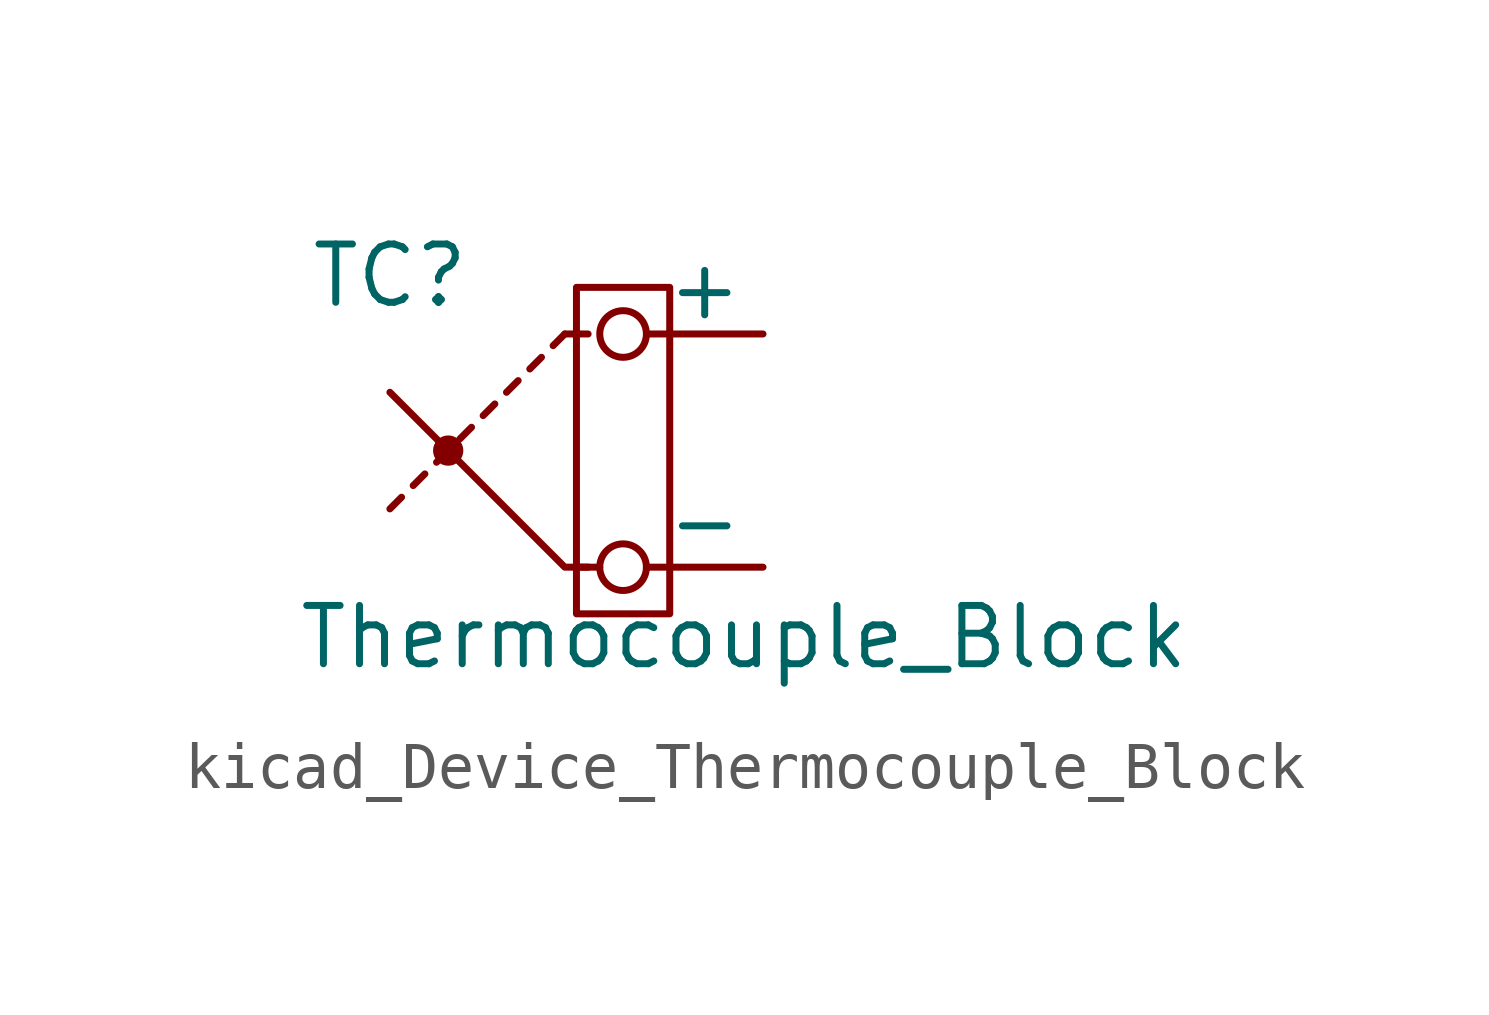
<source format=kicad_sym>
(kicad_symbol_lib
  (version 20220914)
  (generator kicad_symbol_editor)
  (symbol "kicad_Device_Thermocouple_Block"
    (pin_numbers hide)
    (pin_names
      (offset 0))
    (property "Reference" "TC"
      (at -3.048 3.81 0)
      (effects (font (size 1.27 1.27))))
    (property "Value" "Thermocouple_Block"
      (at -5.08 -4.064 0)
      (effects (font (size 1.27 1.27)) (justify left)))
    (symbol "kicad_Device_Thermocouple_Block_0_1"
      (circle (center -1.778 0) (radius 0.254) (stroke (width 0) (type default)) (fill (type outline)))
      (polyline (pts (xy -2.794 -1.016) (xy -3.048 -1.27)) (stroke (width 0) (type default)) (fill (type none)))
      (polyline (pts (xy -2.286 -0.508) (xy -2.54 -0.762)) (stroke (width 0) (type default)) (fill (type none)))
      (polyline (pts (xy -1.778 0) (xy -2.032 -0.254)) (stroke (width 0) (type default)) (fill (type none)))
      (polyline (pts (xy -1.27 0.508) (xy -1.524 0.254)) (stroke (width 0) (type default)) (fill (type none)))
      (polyline (pts (xy -0.762 1.016) (xy -1.016 0.762)) (stroke (width 0) (type default)) (fill (type none)))
      (polyline (pts (xy -0.254 1.524) (xy -0.508 1.27)) (stroke (width 0) (type default)) (fill (type none)))
      (polyline (pts (xy 0.254 2.032) (xy 0 1.778)) (stroke (width 0) (type default)) (fill (type none)))
      (polyline (pts (xy 0.762 2.54) (xy 0.508 2.286)) (stroke (width 0) (type default)) (fill (type none)))
      (polyline (pts (xy 1.27 -2.54) (xy 1.016 -2.54)) (stroke (width 0) (type default)) (fill (type none)))
      (polyline (pts (xy 1.27 2.54) (xy 0.762 2.54)) (stroke (width 0) (type default)) (fill (type none)))
      (polyline (pts (xy 1.524 -2.54) (xy 0.762 -2.54) (xy -3.048 1.27)) (stroke (width 0) (type default)) (fill (type none)))
      (rectangle (start 1.016 3.556) (end 3.048 -3.556) (stroke (width 0) (type default)) (fill (type none)))
      (circle (center 2.032 -2.54) (radius 0.508) (stroke (width 0) (type default)) (fill (type none)))
      (circle (center 2.032 2.54) (radius 0.508) (stroke (width 0) (type default)) (fill (type none))))
    (symbol "kicad_Device_Thermocouple_Block_1_1"
      (pin passive line (at 5.08 2.54 180) (length 2.54) (name "+" (effects (font (size 1.27 1.27)))) (number "1" (effects (font (size 1.27 1.27)))))
      (pin passive line (at 5.08 -2.54 180) (length 2.54) (name "-" (effects (font (size 1.27 1.27)))) (number "2" (effects (font (size 1.27 1.27))))))))
</source>
